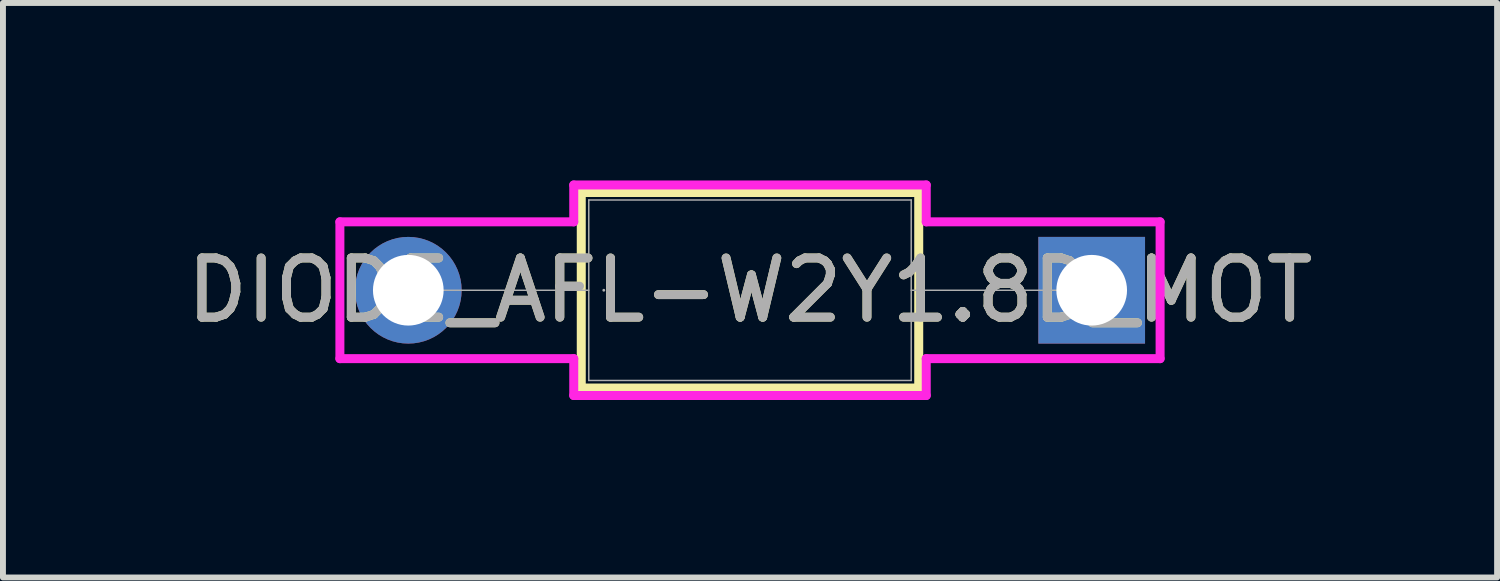
<source format=kicad_pcb>
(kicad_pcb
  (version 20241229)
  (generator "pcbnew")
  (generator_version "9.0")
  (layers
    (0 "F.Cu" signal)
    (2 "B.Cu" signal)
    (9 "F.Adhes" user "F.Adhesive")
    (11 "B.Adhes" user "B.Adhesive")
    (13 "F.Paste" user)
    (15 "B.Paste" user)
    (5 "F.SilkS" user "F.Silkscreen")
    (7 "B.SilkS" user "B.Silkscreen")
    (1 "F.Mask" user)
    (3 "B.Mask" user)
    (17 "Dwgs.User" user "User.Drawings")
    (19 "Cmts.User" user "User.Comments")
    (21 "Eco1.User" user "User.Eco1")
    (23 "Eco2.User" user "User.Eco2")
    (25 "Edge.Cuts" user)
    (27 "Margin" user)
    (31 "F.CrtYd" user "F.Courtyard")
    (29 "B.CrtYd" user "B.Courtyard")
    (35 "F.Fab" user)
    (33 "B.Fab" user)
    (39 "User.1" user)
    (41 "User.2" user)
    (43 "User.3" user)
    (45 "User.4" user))
  (footprint "DIODE_AFL-W2Y1.8D_MOT"
    (layer "F.Cu")
    (at 3.85 1.855)
    (property "Reference" "DIODE_AFL-W2Y1.8D_MOT" (at 5.775 0 0) (unlocked yes) (layer "F.SilkS") (effects (font (size 1 1) (thickness 0.15))))
    (attr through_hole)
    (fp_line (start 2.923 -1.652) (end 2.923 1.652) (stroke (width 0.152) (type solid)) (layer "F.SilkS"))
    (fp_line (start 2.923 1.652) (end 8.626 1.652) (stroke (width 0.152) (type solid)) (layer "F.SilkS"))
    (fp_line (start 8.626 -1.652) (end 2.923 -1.652) (stroke (width 0.152) (type solid)) (layer "F.SilkS"))
    (fp_line (start 8.626 1.652) (end 8.626 -1.652) (stroke (width 0.152) (type solid)) (layer "F.SilkS"))
    (fp_line (start -1.156 -1.156) (end 2.796 -1.156) (stroke (width 0.152) (type solid)) (layer "F.CrtYd"))
    (fp_line (start -1.156 1.156) (end -1.156 -1.156) (stroke (width 0.152) (type solid)) (layer "F.CrtYd"))
    (fp_line (start 2.796 -1.779) (end 8.753 -1.779) (stroke (width 0.152) (type solid)) (layer "F.CrtYd"))
    (fp_line (start 2.796 -1.156) (end 2.796 -1.779) (stroke (width 0.152) (type solid)) (layer "F.CrtYd"))
    (fp_line (start 2.796 1.156) (end -1.156 1.156) (stroke (width 0.152) (type solid)) (layer "F.CrtYd"))
    (fp_line (start 2.796 1.779) (end 2.796 1.156) (stroke (width 0.152) (type solid)) (layer "F.CrtYd"))
    (fp_line (start 2.796 1.779) (end 8.753 1.779) (stroke (width 0.152) (type solid)) (layer "F.CrtYd"))
    (fp_line (start 8.753 -1.779) (end 8.753 -1.156) (stroke (width 0.152) (type solid)) (layer "F.CrtYd"))
    (fp_line (start 8.753 -1.156) (end 12.705 -1.156) (stroke (width 0.152) (type solid)) (layer "F.CrtYd"))
    (fp_line (start 8.753 1.156) (end 8.753 1.779) (stroke (width 0.152) (type solid)) (layer "F.CrtYd"))
    (fp_line (start 12.705 -1.156) (end 12.705 1.156) (stroke (width 0.152) (type solid)) (layer "F.CrtYd"))
    (fp_line (start 12.705 1.156) (end 8.753 1.156) (stroke (width 0.152) (type solid)) (layer "F.CrtYd"))
    (fp_line (start 0 0) (end 3.05 0) (stroke (width 0.025) (type solid)) (layer "F.Fab"))
    (fp_line (start 3.05 -1.525) (end 3.05 1.525) (stroke (width 0.025) (type solid)) (layer "F.Fab"))
    (fp_line (start 3.05 1.525) (end 8.499 1.525) (stroke (width 0.025) (type solid)) (layer "F.Fab"))
    (fp_line (start 8.499 -1.525) (end 3.05 -1.525) (stroke (width 0.025) (type solid)) (layer "F.Fab"))
    (fp_line (start 8.499 1.525) (end 8.499 -1.525) (stroke (width 0.025) (type solid)) (layer "F.Fab"))
    (fp_line (start 11.549 0) (end 8.499 0) (stroke (width 0.025) (type solid)) (layer "F.Fab"))
    (fp_circle (center 3.304 0) (end 3.304 0) (stroke (width 0.025) (type solid)) (fill no) (layer "F.Fab"))
    (fp_text user "${REFERENCE}" (at 5.775 0 0) (unlocked yes) (layer "F.Fab") (effects (font (size 1 1) (thickness 0.15))))
    (pad "1" thru_hole circle (at 0 0) (size 1.803 1.803) (drill 1.194) (layers "*.Cu" "*.Mask"))
    (pad "2" thru_hole rect (at 11.549 0) (size 1.803 1.803) (drill 1.194) (layers "*.Cu" "*.Mask")))
  (gr_rect
    (start -3 -3)
    (end 22.25 6.709)
    (stroke (width 0.1) (type default))
    (fill no)
    (layer "Edge.Cuts")))
</source>
